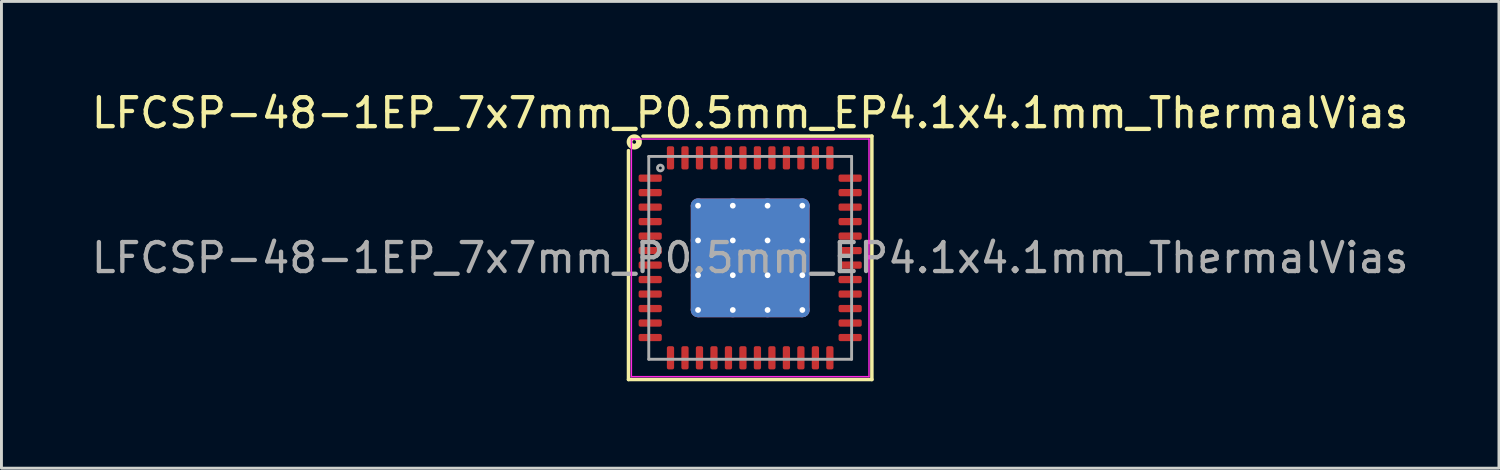
<source format=kicad_pcb>
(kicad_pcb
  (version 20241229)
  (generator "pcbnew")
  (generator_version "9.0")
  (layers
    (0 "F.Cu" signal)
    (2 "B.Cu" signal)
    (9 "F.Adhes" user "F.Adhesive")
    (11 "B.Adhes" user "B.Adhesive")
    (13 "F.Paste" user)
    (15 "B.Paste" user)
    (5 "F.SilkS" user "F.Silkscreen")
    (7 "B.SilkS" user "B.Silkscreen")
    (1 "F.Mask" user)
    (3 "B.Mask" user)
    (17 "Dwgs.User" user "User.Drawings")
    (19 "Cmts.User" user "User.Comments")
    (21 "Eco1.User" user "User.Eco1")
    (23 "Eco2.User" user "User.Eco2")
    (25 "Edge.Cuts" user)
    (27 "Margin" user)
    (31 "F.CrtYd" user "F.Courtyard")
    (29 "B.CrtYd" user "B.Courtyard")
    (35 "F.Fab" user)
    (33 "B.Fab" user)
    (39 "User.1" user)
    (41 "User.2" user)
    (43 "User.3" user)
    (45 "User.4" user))
  (footprint "LFCSP-48-1EP_7x7mm_P0.5mm_EP4.1x4.1mm_ThermalVias"
    (layer "F.Cu")
    (at 22.839 5.848)
    (property "Reference" "LFCSP-48-1EP_7x7mm_P0.5mm_EP4.1x4.1mm_ThermalVias" (at 0 -5 0) (layer "F.SilkS") (effects (font (size 1 1) (thickness 0.15))))
    (attr smd)
    (fp_line (start -4.2 4.2) (end -4.2 -3.7) (stroke (width 0.12) (type solid)) (layer "F.SilkS"))
    (fp_line (start 4.2 -4.2) (end -3.7 -4.2) (stroke (width 0.12) (type solid)) (layer "F.SilkS"))
    (fp_line (start 4.2 -4.2) (end 4.2 4.2) (stroke (width 0.12) (type solid)) (layer "F.SilkS"))
    (fp_line (start 4.2 4.2) (end -4.2 4.2) (stroke (width 0.12) (type solid)) (layer "F.SilkS"))
    (fp_circle (center -4 -4) (end -3.937 -4) (stroke (width 0.2) (type solid)) (fill no) (layer "F.SilkS"))
    (fp_line (start -4.1 -4.1) (end -4.1 4.1) (stroke (width 0.05) (type solid)) (layer "F.CrtYd"))
    (fp_line (start -4.1 4.1) (end 4.1 4.1) (stroke (width 0.05) (type solid)) (layer "F.CrtYd"))
    (fp_line (start 4.1 -4.1) (end -4.1 -4.1) (stroke (width 0.05) (type solid)) (layer "F.CrtYd"))
    (fp_line (start 4.1 4.1) (end 4.1 -4.1) (stroke (width 0.05) (type solid)) (layer "F.CrtYd"))
    (fp_line (start -3.5 -3.5) (end 3.5 -3.5) (stroke (width 0.1) (type solid)) (layer "F.Fab"))
    (fp_line (start -3.5 3.5) (end -3.5 -3.5) (stroke (width 0.1) (type solid)) (layer "F.Fab"))
    (fp_line (start 3.5 -3.5) (end 3.5 3.5) (stroke (width 0.1) (type solid)) (layer "F.Fab"))
    (fp_line (start 3.5 3.5) (end -3.5 3.5) (stroke (width 0.1) (type solid)) (layer "F.Fab"))
    (fp_circle (center -3.1 -3.1) (end -3 -3.1) (stroke (width 0.1) (type solid)) (fill no) (layer "F.Fab"))
    (fp_text user "${REFERENCE}" (at 0 0 0) (layer "F.Fab") (effects (font (size 1 1) (thickness 0.15))))
    (pad "" smd roundrect (at -1.37 -1.37) (size 1.14 1.14) (layers "F.Paste") (roundrect_rratio 0.219))
    (pad "" smd roundrect (at -1.37 0) (size 1.14 1.14) (layers "F.Paste") (roundrect_rratio 0.219))
    (pad "" smd roundrect (at -1.37 1.37) (size 1.14 1.14) (layers "F.Paste") (roundrect_rratio 0.219))
    (pad "" smd roundrect (at 0 -1.37) (size 1.14 1.14) (layers "F.Paste") (roundrect_rratio 0.219))
    (pad "" smd roundrect (at 0 0) (size 1.14 1.14) (layers "F.Paste") (roundrect_rratio 0.219))
    (pad "" smd roundrect (at 0 1.37) (size 1.14 1.14) (layers "F.Paste") (roundrect_rratio 0.219))
    (pad "" smd roundrect (at 1.37 -1.37) (size 1.14 1.14) (layers "F.Paste") (roundrect_rratio 0.219))
    (pad "" smd roundrect (at 1.37 0) (size 1.14 1.14) (layers "F.Paste") (roundrect_rratio 0.219))
    (pad "" smd roundrect (at 1.37 1.37) (size 1.14 1.14) (layers "F.Paste") (roundrect_rratio 0.219))
    (pad "1" smd roundrect (at -3.45 -2.75) (size 0.8 0.25) (layers "F.Cu" "F.Mask" "F.Paste") (roundrect_rratio 0.25))
    (pad "2" smd roundrect (at -3.45 -2.25) (size 0.8 0.25) (layers "F.Cu" "F.Mask" "F.Paste") (roundrect_rratio 0.25))
    (pad "3" smd roundrect (at -3.45 -1.75) (size 0.8 0.25) (layers "F.Cu" "F.Mask" "F.Paste") (roundrect_rratio 0.25))
    (pad "4" smd roundrect (at -3.45 -1.25) (size 0.8 0.25) (layers "F.Cu" "F.Mask" "F.Paste") (roundrect_rratio 0.25))
    (pad "5" smd roundrect (at -3.45 -0.75) (size 0.8 0.25) (layers "F.Cu" "F.Mask" "F.Paste") (roundrect_rratio 0.25))
    (pad "6" smd roundrect (at -3.45 -0.25) (size 0.8 0.25) (layers "F.Cu" "F.Mask" "F.Paste") (roundrect_rratio 0.25))
    (pad "7" smd roundrect (at -3.45 0.25) (size 0.8 0.25) (layers "F.Cu" "F.Mask" "F.Paste") (roundrect_rratio 0.25))
    (pad "8" smd roundrect (at -3.45 0.75) (size 0.8 0.25) (layers "F.Cu" "F.Mask" "F.Paste") (roundrect_rratio 0.25))
    (pad "9" smd roundrect (at -3.45 1.25) (size 0.8 0.25) (layers "F.Cu" "F.Mask" "F.Paste") (roundrect_rratio 0.25))
    (pad "10" smd roundrect (at -3.45 1.75) (size 0.8 0.25) (layers "F.Cu" "F.Mask" "F.Paste") (roundrect_rratio 0.25))
    (pad "11" smd roundrect (at -3.45 2.25) (size 0.8 0.25) (layers "F.Cu" "F.Mask" "F.Paste") (roundrect_rratio 0.25))
    (pad "12" smd roundrect (at -3.45 2.75) (size 0.8 0.25) (layers "F.Cu" "F.Mask" "F.Paste") (roundrect_rratio 0.25))
    (pad "13" smd roundrect (at -2.75 3.45) (size 0.25 0.8) (layers "F.Cu" "F.Mask" "F.Paste") (roundrect_rratio 0.25))
    (pad "14" smd roundrect (at -2.25 3.45) (size 0.25 0.8) (layers "F.Cu" "F.Mask" "F.Paste") (roundrect_rratio 0.25))
    (pad "15" smd roundrect (at -1.75 3.45) (size 0.25 0.8) (layers "F.Cu" "F.Mask" "F.Paste") (roundrect_rratio 0.25))
    (pad "16" smd roundrect (at -1.25 3.45) (size 0.25 0.8) (layers "F.Cu" "F.Mask" "F.Paste") (roundrect_rratio 0.25))
    (pad "17" smd roundrect (at -0.75 3.45) (size 0.25 0.8) (layers "F.Cu" "F.Mask" "F.Paste") (roundrect_rratio 0.25))
    (pad "18" smd roundrect (at -0.25 3.45) (size 0.25 0.8) (layers "F.Cu" "F.Mask" "F.Paste") (roundrect_rratio 0.25))
    (pad "19" smd roundrect (at 0.25 3.45) (size 0.25 0.8) (layers "F.Cu" "F.Mask" "F.Paste") (roundrect_rratio 0.25))
    (pad "20" smd roundrect (at 0.75 3.45) (size 0.25 0.8) (layers "F.Cu" "F.Mask" "F.Paste") (roundrect_rratio 0.25))
    (pad "21" smd roundrect (at 1.25 3.45) (size 0.25 0.8) (layers "F.Cu" "F.Mask" "F.Paste") (roundrect_rratio 0.25))
    (pad "22" smd roundrect (at 1.75 3.45) (size 0.25 0.8) (layers "F.Cu" "F.Mask" "F.Paste") (roundrect_rratio 0.25))
    (pad "23" smd roundrect (at 2.25 3.45) (size 0.25 0.8) (layers "F.Cu" "F.Mask" "F.Paste") (roundrect_rratio 0.25))
    (pad "24" smd roundrect (at 2.75 3.45) (size 0.25 0.8) (layers "F.Cu" "F.Mask" "F.Paste") (roundrect_rratio 0.25))
    (pad "25" smd roundrect (at 3.45 2.75) (size 0.8 0.25) (layers "F.Cu" "F.Mask" "F.Paste") (roundrect_rratio 0.25))
    (pad "26" smd roundrect (at 3.45 2.25) (size 0.8 0.25) (layers "F.Cu" "F.Mask" "F.Paste") (roundrect_rratio 0.25))
    (pad "27" smd roundrect (at 3.45 1.75) (size 0.8 0.25) (layers "F.Cu" "F.Mask" "F.Paste") (roundrect_rratio 0.25))
    (pad "28" smd roundrect (at 3.45 1.25) (size 0.8 0.25) (layers "F.Cu" "F.Mask" "F.Paste") (roundrect_rratio 0.25))
    (pad "29" smd roundrect (at 3.45 0.75) (size 0.8 0.25) (layers "F.Cu" "F.Mask" "F.Paste") (roundrect_rratio 0.25))
    (pad "30" smd roundrect (at 3.45 0.25) (size 0.8 0.25) (layers "F.Cu" "F.Mask" "F.Paste") (roundrect_rratio 0.25))
    (pad "31" smd roundrect (at 3.45 -0.25) (size 0.8 0.25) (layers "F.Cu" "F.Mask" "F.Paste") (roundrect_rratio 0.25))
    (pad "32" smd roundrect (at 3.45 -0.75) (size 0.8 0.25) (layers "F.Cu" "F.Mask" "F.Paste") (roundrect_rratio 0.25))
    (pad "33" smd roundrect (at 3.45 -1.25) (size 0.8 0.25) (layers "F.Cu" "F.Mask" "F.Paste") (roundrect_rratio 0.25))
    (pad "34" smd roundrect (at 3.45 -1.75) (size 0.8 0.25) (layers "F.Cu" "F.Mask" "F.Paste") (roundrect_rratio 0.25))
    (pad "35" smd roundrect (at 3.45 -2.25) (size 0.8 0.25) (layers "F.Cu" "F.Mask" "F.Paste") (roundrect_rratio 0.25))
    (pad "36" smd roundrect (at 3.45 -2.75) (size 0.8 0.25) (layers "F.Cu" "F.Mask" "F.Paste") (roundrect_rratio 0.25))
    (pad "37" smd roundrect (at 2.75 -3.45) (size 0.25 0.8) (layers "F.Cu" "F.Mask" "F.Paste") (roundrect_rratio 0.25))
    (pad "38" smd roundrect (at 2.25 -3.45) (size 0.25 0.8) (layers "F.Cu" "F.Mask" "F.Paste") (roundrect_rratio 0.25))
    (pad "39" smd roundrect (at 1.75 -3.45) (size 0.25 0.8) (layers "F.Cu" "F.Mask" "F.Paste") (roundrect_rratio 0.25))
    (pad "40" smd roundrect (at 1.25 -3.45) (size 0.25 0.8) (layers "F.Cu" "F.Mask" "F.Paste") (roundrect_rratio 0.25))
    (pad "41" smd roundrect (at 0.75 -3.45) (size 0.25 0.8) (layers "F.Cu" "F.Mask" "F.Paste") (roundrect_rratio 0.25))
    (pad "42" smd roundrect (at 0.25 -3.45) (size 0.25 0.8) (layers "F.Cu" "F.Mask" "F.Paste") (roundrect_rratio 0.25))
    (pad "43" smd roundrect (at -0.25 -3.45) (size 0.25 0.8) (layers "F.Cu" "F.Mask" "F.Paste") (roundrect_rratio 0.25))
    (pad "44" smd roundrect (at -0.75 -3.45) (size 0.25 0.8) (layers "F.Cu" "F.Mask" "F.Paste") (roundrect_rratio 0.25))
    (pad "45" smd roundrect (at -1.25 -3.45) (size 0.25 0.8) (layers "F.Cu" "F.Mask" "F.Paste") (roundrect_rratio 0.25))
    (pad "46" smd roundrect (at -1.75 -3.45) (size 0.25 0.8) (layers "F.Cu" "F.Mask" "F.Paste") (roundrect_rratio 0.25))
    (pad "47" smd roundrect (at -2.25 -3.45) (size 0.25 0.8) (layers "F.Cu" "F.Mask" "F.Paste") (roundrect_rratio 0.25))
    (pad "48" smd roundrect (at -2.75 -3.45) (size 0.25 0.8) (layers "F.Cu" "F.Mask" "F.Paste") (roundrect_rratio 0.25))
    (pad "49" thru_hole circle (at -1.8 -1.8) (size 0.5 0.5) (drill 0.2) (property pad_prop_heatsink) (layers "*.Cu"))
    (pad "49" thru_hole circle (at -1.8 -0.6) (size 0.5 0.5) (drill 0.2) (property pad_prop_heatsink) (layers "*.Cu"))
    (pad "49" thru_hole circle (at -1.8 0.6) (size 0.5 0.5) (drill 0.2) (property pad_prop_heatsink) (layers "*.Cu"))
    (pad "49" thru_hole circle (at -1.8 1.8) (size 0.5 0.5) (drill 0.2) (property pad_prop_heatsink) (layers "*.Cu"))
    (pad "49" thru_hole circle (at -0.6 -1.8) (size 0.5 0.5) (drill 0.2) (property pad_prop_heatsink) (layers "*.Cu"))
    (pad "49" thru_hole circle (at -0.6 -0.6) (size 0.5 0.5) (drill 0.2) (property pad_prop_heatsink) (layers "*.Cu"))
    (pad "49" thru_hole circle (at -0.6 0.6) (size 0.5 0.5) (drill 0.2) (property pad_prop_heatsink) (layers "*.Cu"))
    (pad "49" thru_hole circle (at -0.6 1.8) (size 0.5 0.5) (drill 0.2) (property pad_prop_heatsink) (layers "*.Cu"))
    (pad "49" smd roundrect (at 0 0) (size 4.1 4.1) (layers "F.Cu" "F.Mask") (roundrect_rratio 0.061))
    (pad "49" smd roundrect (at 0 0) (size 4.1 4.1) (layers "B.Cu" "B.Mask") (roundrect_rratio 0.061))
    (pad "49" thru_hole circle (at 0.6 -1.8) (size 0.5 0.5) (drill 0.2) (property pad_prop_heatsink) (layers "*.Cu"))
    (pad "49" thru_hole circle (at 0.6 -0.6) (size 0.5 0.5) (drill 0.2) (property pad_prop_heatsink) (layers "*.Cu"))
    (pad "49" thru_hole circle (at 0.6 0.6) (size 0.5 0.5) (drill 0.2) (property pad_prop_heatsink) (layers "*.Cu"))
    (pad "49" thru_hole circle (at 0.6 1.8) (size 0.5 0.5) (drill 0.2) (property pad_prop_heatsink) (layers "*.Cu"))
    (pad "49" thru_hole circle (at 1.8 -1.8) (size 0.5 0.5) (drill 0.2) (property pad_prop_heatsink) (layers "*.Cu"))
    (pad "49" thru_hole circle (at 1.8 -0.6) (size 0.5 0.5) (drill 0.2) (property pad_prop_heatsink) (layers "*.Cu"))
    (pad "49" thru_hole circle (at 1.8 0.6) (size 0.5 0.5) (drill 0.2) (property pad_prop_heatsink) (layers "*.Cu"))
    (pad "49" thru_hole circle (at 1.8 1.8) (size 0.5 0.5) (drill 0.2) (property pad_prop_heatsink) (layers "*.Cu")))
  (gr_rect
    (start -3 -3)
    (end 48.679 13.108)
    (stroke (width 0.1) (type default))
    (fill no)
    (layer "Edge.Cuts")))
</source>
